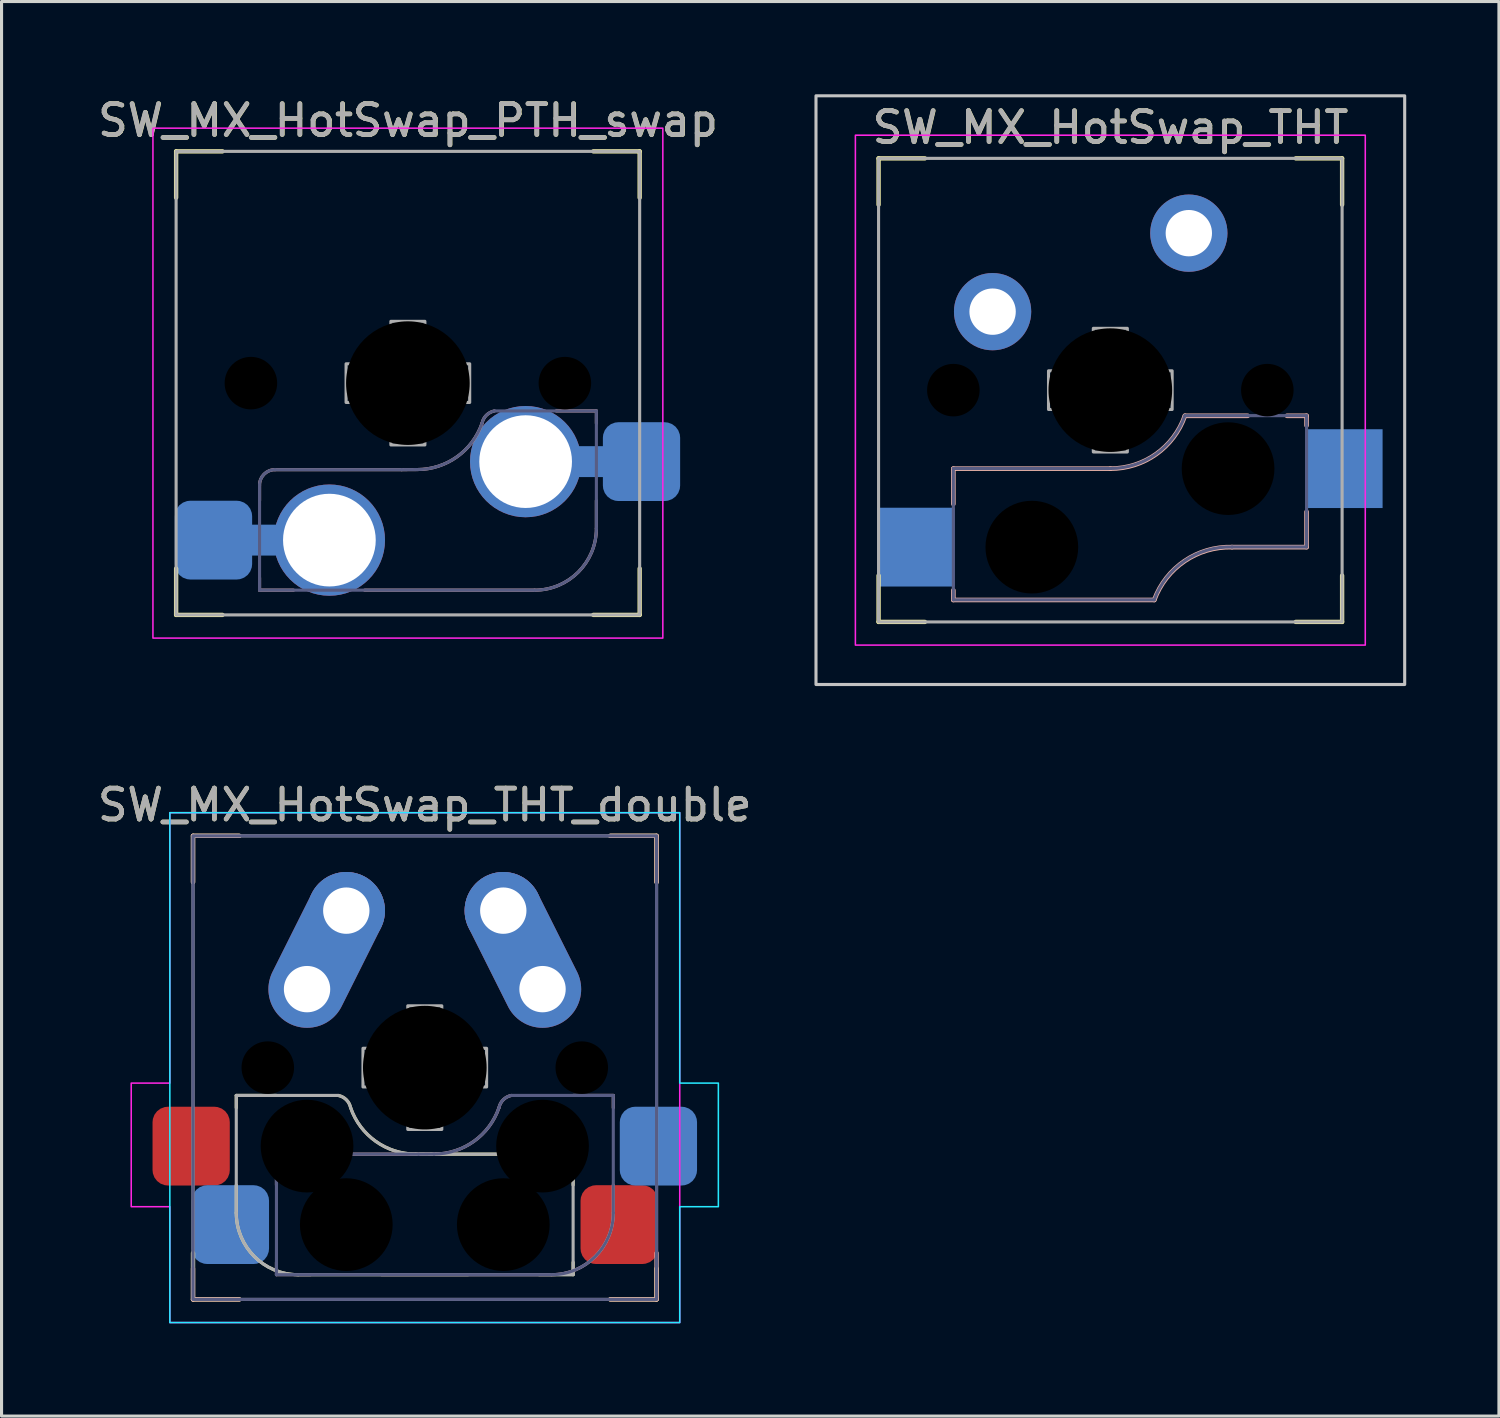
<source format=kicad_pcb>
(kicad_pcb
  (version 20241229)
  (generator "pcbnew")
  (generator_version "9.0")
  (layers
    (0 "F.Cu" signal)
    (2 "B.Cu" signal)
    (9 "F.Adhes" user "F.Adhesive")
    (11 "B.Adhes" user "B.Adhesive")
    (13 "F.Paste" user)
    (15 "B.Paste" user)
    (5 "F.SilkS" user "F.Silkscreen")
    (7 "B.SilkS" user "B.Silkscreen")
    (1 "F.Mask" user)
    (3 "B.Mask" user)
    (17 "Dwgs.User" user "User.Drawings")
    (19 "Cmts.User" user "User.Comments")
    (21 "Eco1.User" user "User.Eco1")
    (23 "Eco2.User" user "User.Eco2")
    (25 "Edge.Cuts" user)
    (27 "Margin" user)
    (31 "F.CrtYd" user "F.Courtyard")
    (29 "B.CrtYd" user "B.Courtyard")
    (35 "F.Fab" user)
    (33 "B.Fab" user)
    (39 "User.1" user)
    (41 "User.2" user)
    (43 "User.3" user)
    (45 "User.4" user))
  (footprint "SW_MX_HotSwap_THT"
    (layer "F.Cu")
    (at 32.88 9.575)
    (property "Reference" "SW_MX_HotSwap_THT" (at 0.008 -8.5 0) (unlocked yes) (layer "F.SilkS") (effects (font (size 1 1) (thickness 0.15))))
    (attr through_hole)
    (fp_line (start -7.5 -7.5) (end -7.5 -6) (stroke (width 0.14) (type solid)) (layer "F.SilkS"))
    (fp_line (start -7.5 -7.5) (end -6 -7.5) (stroke (width 0.14) (type solid)) (layer "F.SilkS"))
    (fp_line (start -7.5 7.5) (end -7.5 6) (stroke (width 0.14) (type solid)) (layer "F.SilkS"))
    (fp_line (start -7.5 7.5) (end -6 7.5) (stroke (width 0.14) (type solid)) (layer "F.SilkS"))
    (fp_line (start 7.5 -7.5) (end 6 -7.5) (stroke (width 0.14) (type solid)) (layer "F.SilkS"))
    (fp_line (start 7.5 -7.5) (end 7.5 -6) (stroke (width 0.14) (type solid)) (layer "F.SilkS"))
    (fp_line (start 7.5 7.5) (end 6 7.5) (stroke (width 0.14) (type solid)) (layer "F.SilkS"))
    (fp_line (start 7.5 7.5) (end 7.5 6) (stroke (width 0.14) (type solid)) (layer "F.SilkS"))
    (fp_line (start -5.08 2.54) (end -5.08 3.683) (stroke (width 0.15) (type solid)) (layer "B.SilkS"))
    (fp_line (start -5.08 2.54) (end 0 2.54) (stroke (width 0.15) (type solid)) (layer "B.SilkS"))
    (fp_line (start -5.08 6.477) (end -5.08 6.79) (stroke (width 0.15) (type solid)) (layer "B.SilkS"))
    (fp_line (start -5.08 6.79) (end 1.421 6.79) (stroke (width 0.15) (type solid)) (layer "B.SilkS"))
    (fp_line (start 4.445 0.83) (end 2.413 0.83) (stroke (width 0.15) (type solid)) (layer "B.SilkS"))
    (fp_line (start 6.35 0.83) (end 5.715 0.83) (stroke (width 0.15) (type solid)) (layer "B.SilkS"))
    (fp_line (start 6.35 0.83) (end 6.35 1.143) (stroke (width 0.15) (type solid)) (layer "B.SilkS"))
    (fp_line (start 6.35 3.937) (end 6.35 5.08) (stroke (width 0.15) (type solid)) (layer "B.SilkS"))
    (fp_line (start 6.35 5.08) (end 3.937 5.08) (stroke (width 0.15) (type solid)) (layer "B.SilkS"))
    (fp_arc (start 1.420812 6.79) (mid 2.403572 5.529859) (end 3.937 5.08) (stroke (width 0.15) (type solid)) (layer "B.SilkS"))
    (fp_arc (start 2.413 0.83) (mid 1.480188 2.071204) (end 0 2.54) (stroke (width 0.15) (type solid)) (layer "B.SilkS"))
    (fp_rect (start -9.525 -9.525) (end 9.525 9.525) (stroke (width 0.1) (type solid)) (fill no) (layer "Dwgs.User"))
    (fp_rect (start -8.25 -8.25) (end 8.25 8.25) (stroke (width 0.05) (type solid)) (fill no) (layer "F.CrtYd"))
    (fp_line (start -5.08 2.535) (end -5.08 6.785) (stroke (width 0.1) (type solid)) (layer "B.Fab"))
    (fp_line (start -5.08 2.535) (end 0 2.535) (stroke (width 0.1) (type solid)) (layer "B.Fab"))
    (fp_line (start -5.08 6.785) (end 1.421 6.785) (stroke (width 0.1) (type solid)) (layer "B.Fab"))
    (fp_line (start 6.35 0.825) (end 2.413 0.825) (stroke (width 0.1) (type solid)) (layer "B.Fab"))
    (fp_line (start 6.35 0.825) (end 6.35 5.075) (stroke (width 0.1) (type solid)) (layer "B.Fab"))
    (fp_line (start 6.35 5.075) (end 3.937 5.075) (stroke (width 0.1) (type solid)) (layer "B.Fab"))
    (fp_arc (start 1.420812 6.785) (mid 2.403572 5.524859) (end 3.937 5.075) (stroke (width 0.1) (type solid)) (layer "B.Fab"))
    (fp_arc (start 2.413 0.825) (mid 1.480188 2.066204) (end 0 2.535) (stroke (width 0.1) (type solid)) (layer "B.Fab"))
    (fp_rect (start -7.5 -7.5) (end 7.5 7.5) (stroke (width 0.1) (type solid)) (fill no) (layer "F.Fab"))
    (fp_poly (pts (xy -2 -0.625) (xy -0.55 -0.625) (xy -0.55 -2) (xy 0.55 -2) (xy 0.55 -0.625) (xy 2 -0.625) (xy 2 0.625) (xy 0.55 0.625) (xy 0.55 2) (xy -0.55 2) (xy -0.55 0.625) (xy -2 0.625)) (stroke (width 0.1) (type solid)) (fill no) (layer "F.Fab"))
    (fp_text user "${REFERENCE}" (at 0 -8.5 0) (unlocked yes) (layer "F.Fab") (effects (font (size 1 1) (thickness 0.15))))
    (pad "" np_thru_hole circle (at -5.08 0) (size 1.7 1.7) (drill 1.7) (layers "*.Mask"))
    (pad "" np_thru_hole circle (at -2.54 5.08) (size 3 3) (drill 3) (layers "*.Mask"))
    (pad "" np_thru_hole circle (at 0 0) (size 4 4) (drill 4) (layers "*.Mask"))
    (pad "" np_thru_hole circle (at 3.81 2.54) (size 3 3) (drill 3) (layers "*.Mask"))
    (pad "" np_thru_hole circle (at 5.08 0) (size 1.7 1.7) (drill 1.7) (layers "*.Mask"))
    (pad "1" smd rect (at -6.29 5.08) (size 2.5 2.55) (layers "B.Cu" "B.Mask" "B.Paste"))
    (pad "1" thru_hole circle (at -3.81 -2.54) (size 2.5 2.5) (drill 1.5) (layers "*.Cu" "*.Mask"))
    (pad "2" thru_hole circle (at 2.54 -5.08) (size 2.5 2.5) (drill 1.5) (layers "*.Cu" "*.Mask"))
    (pad "2" smd rect (at 7.56 2.54) (size 2.5 2.55) (layers "B.Cu" "B.Mask" "B.Paste")))
  (footprint "SW_MX_HotSwap_PTH_swap"
    (layer "F.Cu")
    (at 10.149 9.348)
    (property "Reference" "SW_MX_HotSwap_PTH_swap" (at 0.008 -8.5 0) (unlocked yes) (layer "F.SilkS") (effects (font (size 1 1) (thickness 0.15))))
    (fp_line (start -7.5 -7.5) (end -7.5 -6) (stroke (width 0.14) (type solid)) (layer "F.SilkS"))
    (fp_line (start -7.5 -7.5) (end -6 -7.5) (stroke (width 0.14) (type solid)) (layer "F.SilkS"))
    (fp_line (start -7.5 7.5) (end -7.5 6) (stroke (width 0.14) (type solid)) (layer "F.SilkS"))
    (fp_line (start -7.5 7.5) (end -6 7.5) (stroke (width 0.14) (type solid)) (layer "F.SilkS"))
    (fp_line (start 7.5 -7.5) (end 6 -7.5) (stroke (width 0.14) (type solid)) (layer "F.SilkS"))
    (fp_line (start 7.5 -7.5) (end 7.5 -6) (stroke (width 0.14) (type solid)) (layer "F.SilkS"))
    (fp_line (start 7.5 7.5) (end 6 7.5) (stroke (width 0.14) (type solid)) (layer "F.SilkS"))
    (fp_line (start 7.5 7.5) (end 7.5 6) (stroke (width 0.14) (type solid)) (layer "F.SilkS"))
    (fp_line (start -4.8 3.8) (end -4.8 3.3) (stroke (width 0.1) (type default)) (layer "B.SilkS"))
    (fp_line (start -4.8 6.7) (end -4.8 6.3) (stroke (width 0.1) (type default)) (layer "B.SilkS"))
    (fp_line (start -4.3 2.8) (end -0.2 2.8) (stroke (width 0.1) (type default)) (layer "B.SilkS"))
    (fp_line (start -3.7 6.7) (end -4.8 6.7) (stroke (width 0.1) (type default)) (layer "B.SilkS"))
    (fp_line (start 4.1 6.7) (end -1.4 6.7) (stroke (width 0.1) (type default)) (layer "B.SilkS"))
    (fp_line (start 6.1 0.9) (end 4.8 0.9) (stroke (width 0.1) (type default)) (layer "B.SilkS"))
    (fp_line (start 6.1 0.9) (end 6.1 1.3) (stroke (width 0.1) (type default)) (layer "B.SilkS"))
    (fp_line (start 6.1 3.8) (end 6.1 4.7) (stroke (width 0.1) (type default)) (layer "B.SilkS"))
    (fp_arc (start -4.8 3.3) (mid -4.653553 2.946447) (end -4.3 2.8) (stroke (width 0.1) (type default)) (layer "B.SilkS"))
    (fp_arc (start 0.300049 2.796514) (mid 0.050035 2.79971) (end -0.2 2.8) (stroke (width 0.1) (type default)) (layer "B.SilkS"))
    (fp_arc (start 2.399704 1.298499) (mid 1.589672 2.383609) (end 0.300049 2.796514) (stroke (width 0.1) (type default)) (layer "B.SilkS"))
    (fp_arc (start 2.401036 1.294955) (mid 2.541271 1.03763) (end 2.8 0.900001) (stroke (width 0.1) (type default)) (layer "B.SilkS"))
    (fp_arc (start 6.1 4.7) (mid 5.514214 6.114214) (end 4.1 6.7) (stroke (width 0.1) (type default)) (layer "B.SilkS"))
    (fp_rect (start -8.25 -8.25) (end 8.25 8.25) (stroke (width 0.05) (type solid)) (fill no) (layer "F.CrtYd"))
    (fp_line (start -4.8 6.7) (end -4.8 3.3) (stroke (width 0.1) (type default)) (layer "B.Fab"))
    (fp_line (start -4.3 2.8) (end -0.2 2.8) (stroke (width 0.1) (type default)) (layer "B.Fab"))
    (fp_line (start 4.1 6.7) (end -4.8 6.7) (stroke (width 0.1) (type default)) (layer "B.Fab"))
    (fp_line (start 6.1 0.9) (end 2.8 0.9) (stroke (width 0.1) (type default)) (layer "B.Fab"))
    (fp_line (start 6.1 0.9) (end 6.1 4.7) (stroke (width 0.1) (type default)) (layer "B.Fab"))
    (fp_arc (start -4.8 3.3) (mid -4.653553 2.946447) (end -4.3 2.8) (stroke (width 0.1) (type default)) (layer "B.Fab"))
    (fp_arc (start 0.300049 2.796514) (mid 0.050035 2.79971) (end -0.2 2.8) (stroke (width 0.1) (type default)) (layer "B.Fab"))
    (fp_arc (start 2.399704 1.298499) (mid 1.589672 2.38361) (end 0.300049 2.796514) (stroke (width 0.1) (type default)) (layer "B.Fab"))
    (fp_arc (start 2.401036 1.294955) (mid 2.541271 1.037629) (end 2.8 0.900001) (stroke (width 0.1) (type default)) (layer "B.Fab"))
    (fp_arc (start 6.1 4.7) (mid 5.514214 6.114214) (end 4.1 6.7) (stroke (width 0.1) (type default)) (layer "B.Fab"))
    (fp_rect (start -7.5 -7.5) (end 7.5 7.5) (stroke (width 0.1) (type solid)) (fill no) (layer "F.Fab"))
    (fp_poly (pts (xy -2 -0.625) (xy -0.55 -0.625) (xy -0.55 -2) (xy 0.55 -2) (xy 0.55 -0.625) (xy 2 -0.625) (xy 2 0.625) (xy 0.55 0.625) (xy 0.55 2) (xy -0.55 2) (xy -0.55 0.625) (xy -2 0.625)) (stroke (width 0.1) (type solid)) (fill no) (layer "F.Fab"))
    (fp_text user "${REFERENCE}" (at 0 -8.5 0) (unlocked yes) (layer "F.Fab") (effects (font (size 1 1) (thickness 0.15))))
    (pad "" np_thru_hole circle (at -5.08 0) (size 1.7 1.7) (drill 1.7) (layers "*.Mask"))
    (pad "" np_thru_hole circle (at 0 0) (size 4 4) (drill 4) (layers "*.Mask"))
    (pad "" np_thru_hole circle (at 5.08 0) (size 1.7 1.7) (drill 1.7) (layers "*.Mask"))
    (pad "1" thru_hole circle (at 3.81 2.54) (size 3.6 3.6) (drill 3) (layers "*.Cu" "B.Mask"))
    (pad "1" smd rect (at 6 2.54) (size 3 1) (layers "B.Cu"))
    (pad "1" smd roundrect (at 7.56 2.54) (size 2.5 2.55) (layers "B.Cu" "B.Mask" "B.Paste") (roundrect_rratio 0.2))
    (pad "2" smd roundrect (at -6.29 5.08) (size 2.5 2.55) (layers "B.Cu" "B.Mask" "B.Paste") (roundrect_rratio 0.2))
    (pad "2" smd rect (at -4.5 5.08) (size 3 1) (layers "B.Cu"))
    (pad "2" thru_hole circle (at -2.54 5.08) (size 3.6 3.6) (drill 3) (layers "*.Cu" "B.Mask")))
  (footprint "SW_MX_HotSwap_THT_double"
    (layer "F.Cu")
    (at 10.696 31.498)
    (property "Reference" "SW_MX_HotSwap_THT_double" (at 0 -8.5 0) (unlocked yes) (layer "F.SilkS") (effects (font (size 1 1) (thickness 0.15))))
    (attr through_hole)
    (fp_line (start -7.5 -7.5) (end -7.5 -6) (stroke (width 0.14) (type solid)) (layer "F.SilkS"))
    (fp_line (start -7.5 -7.5) (end -6 -7.5) (stroke (width 0.14) (type solid)) (layer "F.SilkS"))
    (fp_line (start -7.5 7.5) (end -7.5 6) (stroke (width 0.14) (type solid)) (layer "F.SilkS"))
    (fp_line (start -7.5 7.5) (end -6 7.5) (stroke (width 0.14) (type solid)) (layer "F.SilkS"))
    (fp_line (start -6.1 0.9) (end -6.1 1.3) (stroke (width 0.1) (type default)) (layer "F.SilkS"))
    (fp_line (start -6.1 0.9) (end -4.8 0.9) (stroke (width 0.1) (type default)) (layer "F.SilkS"))
    (fp_line (start -6.1 3.8) (end -6.1 4.7) (stroke (width 0.1) (type default)) (layer "F.SilkS"))
    (fp_line (start -4.1 6.7) (end 1.4 6.7) (stroke (width 0.1) (type default)) (layer "F.SilkS"))
    (fp_line (start 3.7 6.7) (end 4.8 6.7) (stroke (width 0.1) (type default)) (layer "F.SilkS"))
    (fp_line (start 4.3 2.8) (end 0.2 2.8) (stroke (width 0.1) (type default)) (layer "F.SilkS"))
    (fp_line (start 4.8 3.8) (end 4.8 3.3) (stroke (width 0.1) (type default)) (layer "F.SilkS"))
    (fp_line (start 4.8 6.7) (end 4.8 6.3) (stroke (width 0.1) (type default)) (layer "F.SilkS"))
    (fp_line (start 7.5 -7.5) (end 6 -7.5) (stroke (width 0.14) (type solid)) (layer "F.SilkS"))
    (fp_line (start 7.5 -7.5) (end 7.5 -6) (stroke (width 0.14) (type solid)) (layer "F.SilkS"))
    (fp_line (start 7.5 7.5) (end 6 7.5) (stroke (width 0.14) (type solid)) (layer "F.SilkS"))
    (fp_line (start 7.5 7.5) (end 7.5 6.5) (stroke (width 0.14) (type solid)) (layer "F.SilkS"))
    (fp_arc (start -4.1 6.7) (mid -5.514214 6.114214) (end -6.1 4.7) (stroke (width 0.1) (type default)) (layer "F.SilkS"))
    (fp_arc (start -2.8 0.900001) (mid -2.541271 1.037629) (end -2.401036 1.294955) (stroke (width 0.1) (type default)) (layer "F.SilkS"))
    (fp_arc (start -0.300049 2.796514) (mid -1.589672 2.383609) (end -2.399704 1.298499) (stroke (width 0.1) (type default)) (layer "F.SilkS"))
    (fp_arc (start 0.2 2.8) (mid -0.050035 2.79971) (end -0.300049 2.796514) (stroke (width 0.1) (type default)) (layer "F.SilkS"))
    (fp_arc (start 4.3 2.8) (mid 4.653553 2.946447) (end 4.8 3.3) (stroke (width 0.1) (type default)) (layer "F.SilkS"))
    (fp_line (start -7.5 -7.5) (end -7.5 -6) (stroke (width 0.14) (type solid)) (layer "B.SilkS"))
    (fp_line (start -7.5 -7.5) (end -6 -7.5) (stroke (width 0.14) (type solid)) (layer "B.SilkS"))
    (fp_line (start -7.5 7.5) (end -7.5 6.5) (stroke (width 0.14) (type solid)) (layer "B.SilkS"))
    (fp_line (start -7.5 7.5) (end -6 7.5) (stroke (width 0.14) (type solid)) (layer "B.SilkS"))
    (fp_line (start -4.8 3.8) (end -4.8 3.3) (stroke (width 0.1) (type default)) (layer "B.SilkS"))
    (fp_line (start -4.8 6.7) (end -4.8 6.3) (stroke (width 0.1) (type default)) (layer "B.SilkS"))
    (fp_line (start -4.3 2.8) (end -0.2 2.8) (stroke (width 0.1) (type default)) (layer "B.SilkS"))
    (fp_line (start -3.7 6.7) (end -4.8 6.7) (stroke (width 0.1) (type default)) (layer "B.SilkS"))
    (fp_line (start 4.1 6.7) (end -1.4 6.7) (stroke (width 0.1) (type default)) (layer "B.SilkS"))
    (fp_line (start 6.1 0.9) (end 4.8 0.9) (stroke (width 0.1) (type default)) (layer "B.SilkS"))
    (fp_line (start 6.1 0.9) (end 6.1 1.3) (stroke (width 0.1) (type default)) (layer "B.SilkS"))
    (fp_line (start 6.1 3.8) (end 6.1 4.7) (stroke (width 0.1) (type default)) (layer "B.SilkS"))
    (fp_line (start 7.5 -7.5) (end 6 -7.5) (stroke (width 0.14) (type solid)) (layer "B.SilkS"))
    (fp_line (start 7.5 -7.5) (end 7.5 -6) (stroke (width 0.14) (type solid)) (layer "B.SilkS"))
    (fp_line (start 7.5 7.5) (end 6 7.5) (stroke (width 0.14) (type solid)) (layer "B.SilkS"))
    (fp_line (start 7.5 7.5) (end 7.5 6) (stroke (width 0.14) (type solid)) (layer "B.SilkS"))
    (fp_arc (start -4.8 3.3) (mid -4.653553 2.946447) (end -4.3 2.8) (stroke (width 0.1) (type default)) (layer "B.SilkS"))
    (fp_arc (start 0.300049 2.796514) (mid 0.050035 2.79971) (end -0.2 2.8) (stroke (width 0.1) (type default)) (layer "B.SilkS"))
    (fp_arc (start 2.399704 1.298499) (mid 1.589672 2.383609) (end 0.300049 2.796514) (stroke (width 0.1) (type default)) (layer "B.SilkS"))
    (fp_arc (start 2.401036 1.294955) (mid 2.541271 1.037629) (end 2.8 0.900001) (stroke (width 0.1) (type default)) (layer "B.SilkS"))
    (fp_arc (start 6.1 4.7) (mid 5.514214 6.114214) (end 4.1 6.7) (stroke (width 0.1) (type default)) (layer "B.SilkS"))
    (fp_poly (pts (xy 8.25 0.5) (xy 9.5 0.5) (xy 9.5 4.5) (xy 8.25 4.5) (xy 8.25 8.25) (xy -8.25 8.25) (xy -8.25 -8.25) (xy 8.25 -8.25)) (stroke (width 0.05) (type solid)) (fill no) (layer "B.CrtYd"))
    (fp_poly (pts (xy -8.25 0.5) (xy -9.5 0.5) (xy -9.5 4.5) (xy -8.25 4.5) (xy -8.25 8.25) (xy 8.25 8.25) (xy 8.25 -8.25) (xy -8.25 -8.25)) (stroke (width 0.05) (type solid)) (fill no) (layer "F.CrtYd"))
    (fp_line (start -4.8 6.7) (end -4.8 3.3) (stroke (width 0.1) (type default)) (layer "B.Fab"))
    (fp_line (start -4.3 2.8) (end -0.2 2.8) (stroke (width 0.1) (type default)) (layer "B.Fab"))
    (fp_line (start 4.1 6.7) (end -4.8 6.7) (stroke (width 0.1) (type default)) (layer "B.Fab"))
    (fp_line (start 6.1 0.9) (end 2.8 0.9) (stroke (width 0.1) (type default)) (layer "B.Fab"))
    (fp_line (start 6.1 0.9) (end 6.1 4.7) (stroke (width 0.1) (type default)) (layer "B.Fab"))
    (fp_rect (start 7.5 -7.5) (end -7.5 7.5) (stroke (width 0.1) (type solid)) (fill no) (layer "B.Fab"))
    (fp_arc (start -4.8 3.3) (mid -4.653553 2.946447) (end -4.3 2.8) (stroke (width 0.1) (type default)) (layer "B.Fab"))
    (fp_arc (start 0.300049 2.796514) (mid 0.050035 2.79971) (end -0.2 2.8) (stroke (width 0.1) (type default)) (layer "B.Fab"))
    (fp_arc (start 2.399704 1.298499) (mid 1.589672 2.38361) (end 0.300049 2.796514) (stroke (width 0.1) (type default)) (layer "B.Fab"))
    (fp_arc (start 2.401036 1.294955) (mid 2.541271 1.037629) (end 2.8 0.900001) (stroke (width 0.1) (type default)) (layer "B.Fab"))
    (fp_arc (start 6.1 4.7) (mid 5.514214 6.114214) (end 4.1 6.7) (stroke (width 0.1) (type default)) (layer "B.Fab"))
    (fp_line (start -6.1 0.9) (end -6.1 4.7) (stroke (width 0.1) (type default)) (layer "F.Fab"))
    (fp_line (start -6.1 0.9) (end -2.8 0.9) (stroke (width 0.1) (type default)) (layer "F.Fab"))
    (fp_line (start -4.1 6.7) (end 4.8 6.7) (stroke (width 0.1) (type default)) (layer "F.Fab"))
    (fp_line (start 4.3 2.8) (end 0.2 2.8) (stroke (width 0.1) (type default)) (layer "F.Fab"))
    (fp_line (start 4.8 6.7) (end 4.8 3.3) (stroke (width 0.1) (type default)) (layer "F.Fab"))
    (fp_rect (start -7.5 -7.5) (end 7.5 7.5) (stroke (width 0.1) (type solid)) (fill no) (layer "F.Fab"))
    (fp_arc (start -4.1 6.7) (mid -5.514214 6.114214) (end -6.1 4.7) (stroke (width 0.1) (type default)) (layer "F.Fab"))
    (fp_arc (start -2.8 0.900001) (mid -2.541271 1.037629) (end -2.401036 1.294955) (stroke (width 0.1) (type default)) (layer "F.Fab"))
    (fp_arc (start -0.300049 2.796514) (mid -1.589672 2.38361) (end -2.399704 1.298499) (stroke (width 0.1) (type default)) (layer "F.Fab"))
    (fp_arc (start 0.2 2.8) (mid -0.050035 2.79971) (end -0.300049 2.796514) (stroke (width 0.1) (type default)) (layer "F.Fab"))
    (fp_arc (start 4.3 2.8) (mid 4.653553 2.946447) (end 4.8 3.3) (stroke (width 0.1) (type default)) (layer "F.Fab"))
    (fp_poly (pts (xy -2 -0.625) (xy -0.55 -0.625) (xy -0.55 -2) (xy 0.55 -2) (xy 0.55 -0.625) (xy 2 -0.625) (xy 2 0.625) (xy 0.55 0.625) (xy 0.55 2) (xy -0.55 2) (xy -0.55 0.625) (xy -2 0.625)) (stroke (width 0.1) (type solid)) (fill no) (layer "F.Fab"))
    (fp_text user "${REFERENCE}" (at 0 -8.5 0) (unlocked yes) (layer "F.Fab") (effects (font (size 1 1) (thickness 0.15))))
    (pad "" np_thru_hole circle (at -5.08 0) (size 1.7 1.7) (drill 1.7) (layers "*.Mask"))
    (pad "" np_thru_hole circle (at -3.81 2.54) (size 3 3) (drill 3) (layers "*.Mask"))
    (pad "" np_thru_hole circle (at -2.54 5.08) (size 3 3) (drill 3) (layers "*.Mask"))
    (pad "" np_thru_hole circle (at 0 0) (size 4 4) (drill 4) (layers "*.Mask"))
    (pad "" np_thru_hole circle (at 2.54 5.08) (size 3 3) (drill 3) (layers "*.Mask"))
    (pad "" np_thru_hole circle (at 3.81 2.54) (size 3 3) (drill 3) (layers "*.Mask"))
    (pad "" np_thru_hole circle (at 5.08 0) (size 1.7 1.7) (drill 1.7) (layers "*.Mask"))
    (pad "1" smd roundrect (at -7.56 2.54) (size 2.5 2.55) (layers "F.Cu" "F.Mask" "F.Paste") (roundrect_rratio 0.2))
    (pad "1" smd roundrect (at -6.29 5.08) (size 2.5 2.55) (layers "B.Cu" "B.Mask" "B.Paste") (roundrect_rratio 0.2))
    (pad "1" thru_hole oval (at -3.81 -2.54 63.4) (size 5.34 2.5) (drill 1.5 (offset 1.419 0)) (layers "*.Cu" "*.Mask"))
    (pad "1" thru_hole circle (at -2.54 -5.08) (size 2.5 2.5) (drill 1.5) (layers "*.Cu" "*.Mask"))
    (pad "2" thru_hole circle (at 2.54 -5.08) (size 2.5 2.5) (drill 1.5) (layers "*.Cu" "*.Mask"))
    (pad "2" thru_hole oval (at 3.81 -2.54 296.6) (size 5.34 2.5) (drill 1.5 (offset -1.419 0)) (layers "*.Cu" "*.Mask"))
    (pad "2" smd roundrect (at 6.29 5.08) (size 2.5 2.55) (layers "F.Cu" "F.Mask" "F.Paste") (roundrect_rratio 0.2))
    (pad "2" smd roundrect (at 7.56 2.54) (size 2.5 2.55) (layers "B.Cu" "B.Mask" "B.Paste") (roundrect_rratio 0.2)))
  (gr_rect
    (start -3 -3)
    (end 45.455 42.773)
    (stroke (width 0.1) (type default))
    (fill no)
    (layer "Edge.Cuts")))
</source>
